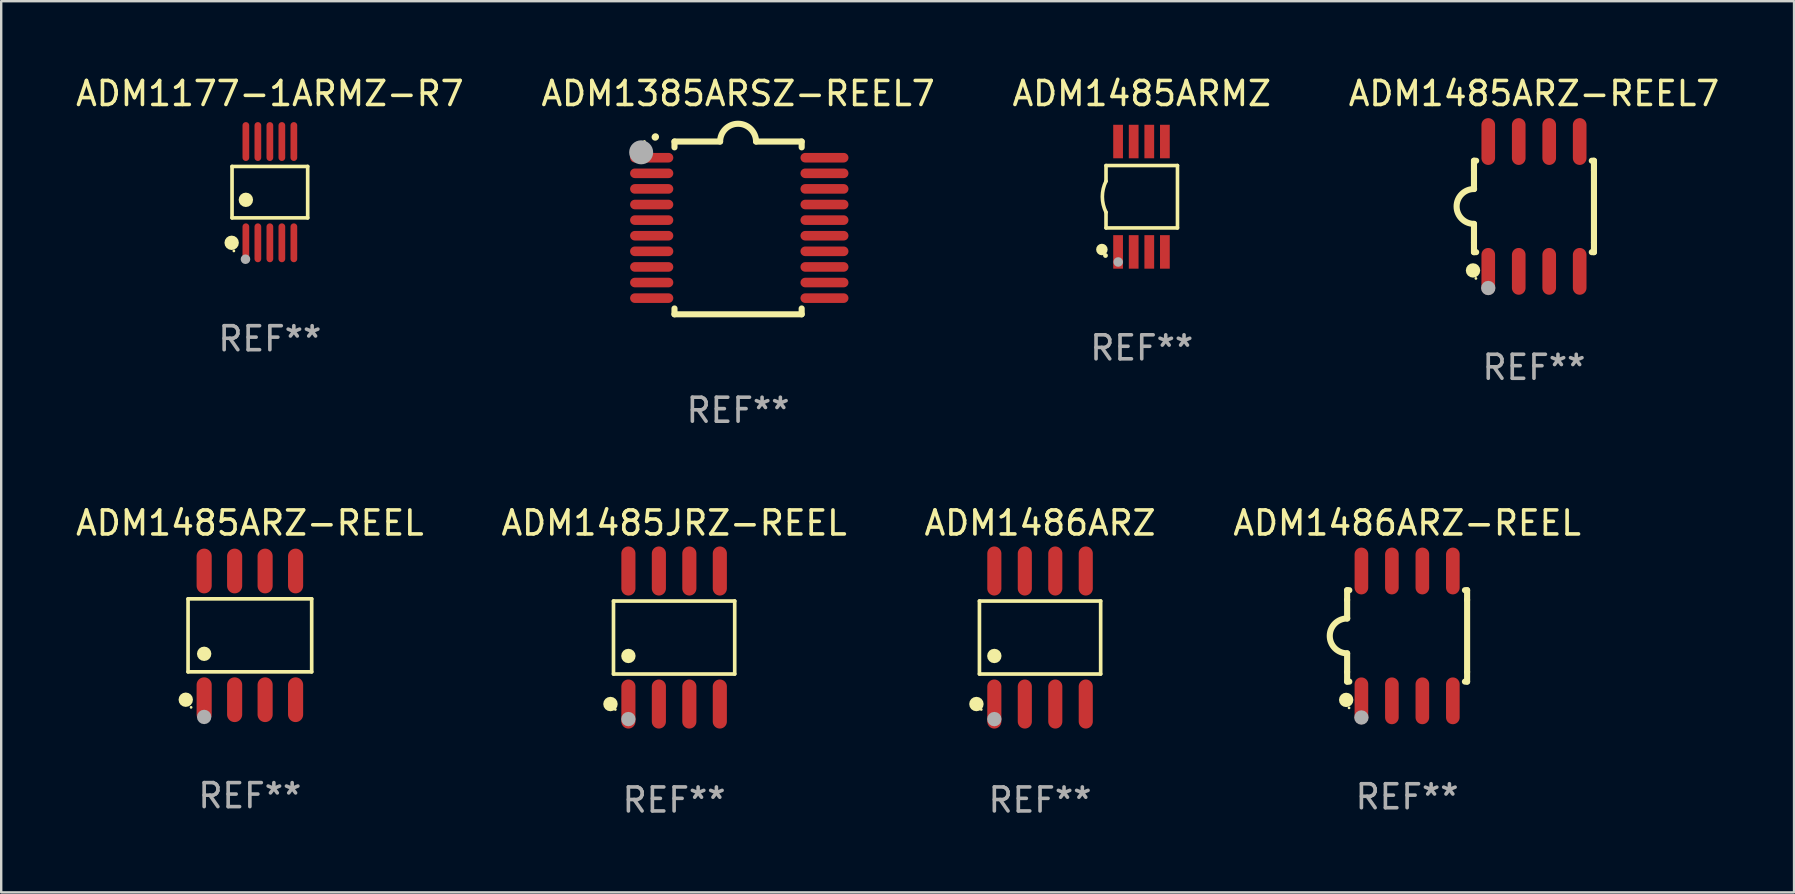
<source format=kicad_pcb>
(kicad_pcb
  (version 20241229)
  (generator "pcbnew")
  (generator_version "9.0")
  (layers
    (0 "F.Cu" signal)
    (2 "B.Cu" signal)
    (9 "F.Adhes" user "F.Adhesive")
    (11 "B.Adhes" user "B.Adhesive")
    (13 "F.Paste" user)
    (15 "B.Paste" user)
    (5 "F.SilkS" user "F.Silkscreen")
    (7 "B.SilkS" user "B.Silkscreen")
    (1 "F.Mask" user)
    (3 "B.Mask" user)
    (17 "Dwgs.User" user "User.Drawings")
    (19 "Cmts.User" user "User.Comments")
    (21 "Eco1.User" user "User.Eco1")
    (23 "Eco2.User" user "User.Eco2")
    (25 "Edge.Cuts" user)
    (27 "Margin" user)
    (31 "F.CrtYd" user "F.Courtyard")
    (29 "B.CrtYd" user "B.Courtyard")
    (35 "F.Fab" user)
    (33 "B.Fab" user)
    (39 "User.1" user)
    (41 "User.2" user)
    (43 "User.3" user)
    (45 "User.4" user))
  (footprint "ADM1385ARSZ-REEL7"
    (layer "F.Cu")
    (at 27.708 6.448)
    (property "Reference" "ADM1385ARSZ-REEL7" (at 0 -5.6 0) (layer "F.SilkS") (effects (font (size 1 1) (thickness 0.15))))
    (attr through_hole)
    (fp_line (start -2.65 -3.6) (end -2.65 -3.357) (stroke (width 0.254) (type solid)) (layer "F.SilkS"))
    (fp_line (start -2.65 -3.6) (end -0.75 -3.6) (stroke (width 0.254) (type solid)) (layer "F.SilkS"))
    (fp_line (start -2.65 3.357) (end -2.65 3.6) (stroke (width 0.254) (type solid)) (layer "F.SilkS"))
    (fp_line (start 2.65 -3.6) (end 0.75 -3.6) (stroke (width 0.254) (type solid)) (layer "F.SilkS"))
    (fp_line (start 2.65 -3.6) (end 2.65 -3.357) (stroke (width 0.254) (type solid)) (layer "F.SilkS"))
    (fp_line (start 2.65 3.357) (end 2.65 3.6) (stroke (width 0.254) (type solid)) (layer "F.SilkS"))
    (fp_line (start 2.65 3.6) (end -2.65 3.6) (stroke (width 0.254) (type solid)) (layer "F.SilkS"))
    (fp_arc (start -3.454407 -3.784608) (mid -3.449499 -3.78986) (end -3.444247 -3.794768) (stroke (width 0.3) (type solid)) (layer "F.SilkS"))
    (fp_arc (start -0.749301 -3.599186) (mid -0.000051 -4.348844) (end 0.750013 -3.6) (stroke (width 0.254001) (type solid)) (layer "F.SilkS"))
    (fp_circle (center -3.9 -3.6) (end -3.87 -3.6) (stroke (width 0.06) (type solid)) (fill no) (layer "F.SilkS"))
    (fp_circle (center -4.039 -3.15) (end -3.789 -3.15) (stroke (width 0.5) (type solid)) (fill no) (layer "F.Fab"))
    (fp_text user "REF**" (at 0 7.6 0) (layer "F.Fab") (effects (font (size 1 1) (thickness 0.15))))
    (pad "1" smd oval (at -3.6 -2.926 90) (size 0.4 1.8) (layers "F.Cu" "F.Mask" "F.Paste"))
    (pad "2" smd oval (at -3.6 -2.276 90) (size 0.4 1.8) (layers "F.Cu" "F.Mask" "F.Paste"))
    (pad "3" smd oval (at -3.6 -1.626 90) (size 0.4 1.8) (layers "F.Cu" "F.Mask" "F.Paste"))
    (pad "4" smd oval (at -3.6 -0.975 90) (size 0.4 1.8) (layers "F.Cu" "F.Mask" "F.Paste"))
    (pad "5" smd oval (at -3.6 -0.325 90) (size 0.4 1.8) (layers "F.Cu" "F.Mask" "F.Paste"))
    (pad "6" smd oval (at -3.6 0.325 90) (size 0.4 1.8) (layers "F.Cu" "F.Mask" "F.Paste"))
    (pad "7" smd oval (at -3.6 0.975 90) (size 0.4 1.8) (layers "F.Cu" "F.Mask" "F.Paste"))
    (pad "8" smd oval (at -3.6 1.626 90) (size 0.4 1.8) (layers "F.Cu" "F.Mask" "F.Paste"))
    (pad "9" smd oval (at -3.6 2.276 90) (size 0.4 1.8) (layers "F.Cu" "F.Mask" "F.Paste"))
    (pad "10" smd oval (at -3.6 2.926 90) (size 0.4 1.8) (layers "F.Cu" "F.Mask" "F.Paste"))
    (pad "11" smd oval (at 3.6 2.926 90) (size 0.4 2) (layers "F.Cu" "F.Mask" "F.Paste"))
    (pad "12" smd oval (at 3.6 2.276 90) (size 0.4 2) (layers "F.Cu" "F.Mask" "F.Paste"))
    (pad "13" smd oval (at 3.6 1.626 90) (size 0.4 2) (layers "F.Cu" "F.Mask" "F.Paste"))
    (pad "14" smd oval (at 3.6 0.975 90) (size 0.4 2) (layers "F.Cu" "F.Mask" "F.Paste"))
    (pad "15" smd oval (at 3.6 0.325 90) (size 0.4 2) (layers "F.Cu" "F.Mask" "F.Paste"))
    (pad "16" smd oval (at 3.6 -0.325 90) (size 0.4 2) (layers "F.Cu" "F.Mask" "F.Paste"))
    (pad "17" smd oval (at 3.6 -0.975 90) (size 0.4 2) (layers "F.Cu" "F.Mask" "F.Paste"))
    (pad "18" smd oval (at 3.6 -1.626 90) (size 0.4 2) (layers "F.Cu" "F.Mask" "F.Paste"))
    (pad "19" smd oval (at 3.6 -2.276 90) (size 0.4 2) (layers "F.Cu" "F.Mask" "F.Paste"))
    (pad "20" smd oval (at 3.6 -2.926 90) (size 0.4 2) (layers "F.Cu" "F.Mask" "F.Paste")))
  (footprint "ADM1177-1ARMZ-R7"
    (layer "F.Cu")
    (at 8.196 4.958)
    (property "Reference" "ADM1177-1ARMZ-R7" (at 0 -4.11 0) (layer "F.SilkS") (effects (font (size 1 1) (thickness 0.15))))
    (attr through_hole)
    (fp_line (start -1.576 -1.071) (end 1.576 -1.071) (stroke (width 0.152) (type solid)) (layer "F.SilkS"))
    (fp_line (start -1.576 1.071) (end -1.576 -1.071) (stroke (width 0.152) (type solid)) (layer "F.SilkS"))
    (fp_line (start 1.576 -1.071) (end 1.576 1.071) (stroke (width 0.152) (type solid)) (layer "F.SilkS"))
    (fp_line (start 1.576 1.071) (end -1.576 1.071) (stroke (width 0.152) (type solid)) (layer "F.SilkS"))
    (fp_circle (center -1.592 2.11) (end -1.442 2.11) (stroke (width 0.3) (type solid)) (fill no) (layer "F.SilkS"))
    (fp_circle (center -1.5 2.45) (end -1.47 2.45) (stroke (width 0.06) (type solid)) (fill no) (layer "F.SilkS"))
    (fp_circle (center -1 0.319) (end -0.85 0.319) (stroke (width 0.3) (type solid)) (fill no) (layer "F.SilkS"))
    (fp_circle (center -1.016 2.794) (end -0.916 2.794) (stroke (width 0.2) (type solid)) (fill no) (layer "F.Fab"))
    (fp_text user "REF**" (at 0 6.11 0) (layer "F.Fab") (effects (font (size 1 1) (thickness 0.15))))
    (pad "1" smd oval (at -1 2.11) (size 0.28 1.62) (layers "F.Cu" "F.Mask" "F.Paste"))
    (pad "2" smd oval (at -0.5 2.11) (size 0.28 1.62) (layers "F.Cu" "F.Mask" "F.Paste"))
    (pad "3" smd oval (at 0 2.11) (size 0.28 1.62) (layers "F.Cu" "F.Mask" "F.Paste"))
    (pad "4" smd oval (at 0.5 2.11) (size 0.28 1.62) (layers "F.Cu" "F.Mask" "F.Paste"))
    (pad "5" smd oval (at 1 2.11) (size 0.28 1.62) (layers "F.Cu" "F.Mask" "F.Paste"))
    (pad "6" smd oval (at 1 -2.11) (size 0.28 1.62) (layers "F.Cu" "F.Mask" "F.Paste"))
    (pad "7" smd oval (at 0.5 -2.11) (size 0.28 1.62) (layers "F.Cu" "F.Mask" "F.Paste"))
    (pad "8" smd oval (at 0 -2.11) (size 0.28 1.62) (layers "F.Cu" "F.Mask" "F.Paste"))
    (pad "9" smd oval (at -0.5 -2.11) (size 0.28 1.62) (layers "F.Cu" "F.Mask" "F.Paste"))
    (pad "10" smd oval (at -1 -2.11) (size 0.28 1.62) (layers "F.Cu" "F.Mask" "F.Paste")))
  (footprint "ADM1486ARZ"
    (layer "F.Cu")
    (at 40.292 23.517)
    (property "Reference" "ADM1486ARZ" (at 0 -4.772 0) (layer "F.SilkS") (effects (font (size 1 1) (thickness 0.15))))
    (attr through_hole)
    (fp_line (start -2.526 -1.521) (end 2.526 -1.521) (stroke (width 0.152) (type solid)) (layer "F.SilkS"))
    (fp_line (start -2.526 1.521) (end -2.526 -1.521) (stroke (width 0.152) (type solid)) (layer "F.SilkS"))
    (fp_line (start 2.526 -1.521) (end 2.526 1.521) (stroke (width 0.152) (type solid)) (layer "F.SilkS"))
    (fp_line (start 2.526 1.521) (end -2.526 1.521) (stroke (width 0.152) (type solid)) (layer "F.SilkS"))
    (fp_circle (center -2.652 2.772) (end -2.501 2.772) (stroke (width 0.3) (type solid)) (fill no) (layer "F.SilkS"))
    (fp_circle (center -2.45 3) (end -2.42 3) (stroke (width 0.06) (type solid)) (fill no) (layer "F.SilkS"))
    (fp_circle (center -1.905 0.769) (end -1.755 0.769) (stroke (width 0.3) (type solid)) (fill no) (layer "F.SilkS"))
    (fp_circle (center -1.905 3.4) (end -1.755 3.4) (stroke (width 0.3) (type solid)) (fill no) (layer "F.Fab"))
    (fp_text user "REF**" (at 0 6.772 0) (layer "F.Fab") (effects (font (size 1 1) (thickness 0.15))))
    (pad "1" smd oval (at -1.905 2.772) (size 0.588 2.045) (layers "F.Cu" "F.Mask" "F.Paste"))
    (pad "2" smd oval (at -0.635 2.772) (size 0.588 2.045) (layers "F.Cu" "F.Mask" "F.Paste"))
    (pad "3" smd oval (at 0.635 2.772) (size 0.588 2.045) (layers "F.Cu" "F.Mask" "F.Paste"))
    (pad "4" smd oval (at 1.905 2.772) (size 0.588 2.045) (layers "F.Cu" "F.Mask" "F.Paste"))
    (pad "5" smd oval (at 1.905 -2.772) (size 0.588 2.045) (layers "F.Cu" "F.Mask" "F.Paste"))
    (pad "6" smd oval (at 0.635 -2.772) (size 0.588 2.045) (layers "F.Cu" "F.Mask" "F.Paste"))
    (pad "7" smd oval (at -0.635 -2.772) (size 0.588 2.045) (layers "F.Cu" "F.Mask" "F.Paste"))
    (pad "8" smd oval (at -1.905 -2.772) (size 0.588 2.045) (layers "F.Cu" "F.Mask" "F.Paste")))
  (footprint "ADM1485ARZ-REEL7"
    (layer "F.Cu")
    (at 60.875 5.553)
    (property "Reference" "ADM1485ARZ-REEL7" (at 0 -4.705 0) (layer "F.SilkS") (effects (font (size 1 1) (thickness 0.15))))
    (attr through_hole)
    (fp_line (start -2.5 -1.905) (end -2.409 -1.905) (stroke (width 0.254) (type solid)) (layer "F.SilkS"))
    (fp_line (start -2.5 -1.5) (end -2.5 -1.905) (stroke (width 0.254) (type solid)) (layer "F.SilkS"))
    (fp_line (start -2.5 -1.5) (end -2.5 -0.726) (stroke (width 0.254) (type solid)) (layer "F.SilkS"))
    (fp_line (start -2.5 1.5) (end -2.5 0.727) (stroke (width 0.254) (type solid)) (layer "F.SilkS"))
    (fp_line (start -2.5 1.5) (end -2.5 1.905) (stroke (width 0.254) (type solid)) (layer "F.SilkS"))
    (fp_line (start -2.5 1.905) (end -2.409 1.905) (stroke (width 0.254) (type solid)) (layer "F.SilkS"))
    (fp_line (start 2.5 -1.905) (end 2.409 -1.905) (stroke (width 0.254) (type solid)) (layer "F.SilkS"))
    (fp_line (start 2.5 -1.5) (end 2.5 -1.905) (stroke (width 0.254) (type solid)) (layer "F.SilkS"))
    (fp_line (start 2.5 -1.5) (end 2.5 1.5) (stroke (width 0.254) (type solid)) (layer "F.SilkS"))
    (fp_line (start 2.5 1.5) (end 2.5 1.905) (stroke (width 0.254) (type solid)) (layer "F.SilkS"))
    (fp_line (start 2.5 1.905) (end 2.409 1.905) (stroke (width 0.254) (type solid)) (layer "F.SilkS"))
    (fp_arc (start -2.5 0.726568) (mid -3.220316 -0.0023) (end -2.495097 -0.726289) (stroke (width 0.254001) (type solid)) (layer "F.SilkS"))
    (fp_circle (center -2.54 2.667) (end -2.39 2.667) (stroke (width 0.3) (type solid)) (fill no) (layer "F.SilkS"))
    (fp_circle (center -2.42 3) (end -2.39 3) (stroke (width 0.06) (type solid)) (fill no) (layer "F.SilkS"))
    (fp_circle (center -1.905 3.4) (end -1.755 3.4) (stroke (width 0.3) (type solid)) (fill no) (layer "F.Fab"))
    (fp_text user "REF**" (at 0 6.705 0) (layer "F.Fab") (effects (font (size 1 1) (thickness 0.15))))
    (pad "1" smd oval (at -1.905 2.705) (size 0.568 1.95) (layers "F.Cu" "F.Mask" "F.Paste"))
    (pad "2" smd oval (at -0.635 2.705) (size 0.568 1.95) (layers "F.Cu" "F.Mask" "F.Paste"))
    (pad "3" smd oval (at 0.635 2.705) (size 0.568 1.95) (layers "F.Cu" "F.Mask" "F.Paste"))
    (pad "4" smd oval (at 1.905 2.705) (size 0.568 1.95) (layers "F.Cu" "F.Mask" "F.Paste"))
    (pad "5" smd oval (at 1.905 -2.705) (size 0.568 1.95) (layers "F.Cu" "F.Mask" "F.Paste"))
    (pad "6" smd oval (at 0.635 -2.705) (size 0.568 1.95) (layers "F.Cu" "F.Mask" "F.Paste"))
    (pad "7" smd oval (at -0.635 -2.705) (size 0.568 1.95) (layers "F.Cu" "F.Mask" "F.Paste"))
    (pad "8" smd oval (at -1.905 -2.705) (size 0.568 1.95) (layers "F.Cu" "F.Mask" "F.Paste")))
  (footprint "ADM1485JRZ-REEL"
    (layer "F.Cu")
    (at 25.042 23.517)
    (property "Reference" "ADM1485JRZ-REEL" (at 0 -4.772 0) (layer "F.SilkS") (effects (font (size 1 1) (thickness 0.15))))
    (attr through_hole)
    (fp_line (start -2.526 -1.521) (end 2.526 -1.521) (stroke (width 0.152) (type solid)) (layer "F.SilkS"))
    (fp_line (start -2.526 1.521) (end -2.526 -1.521) (stroke (width 0.152) (type solid)) (layer "F.SilkS"))
    (fp_line (start 2.526 -1.521) (end 2.526 1.521) (stroke (width 0.152) (type solid)) (layer "F.SilkS"))
    (fp_line (start 2.526 1.521) (end -2.526 1.521) (stroke (width 0.152) (type solid)) (layer "F.SilkS"))
    (fp_circle (center -2.652 2.772) (end -2.501 2.772) (stroke (width 0.3) (type solid)) (fill no) (layer "F.SilkS"))
    (fp_circle (center -2.45 3) (end -2.42 3) (stroke (width 0.06) (type solid)) (fill no) (layer "F.SilkS"))
    (fp_circle (center -1.905 0.769) (end -1.755 0.769) (stroke (width 0.3) (type solid)) (fill no) (layer "F.SilkS"))
    (fp_circle (center -1.905 3.4) (end -1.755 3.4) (stroke (width 0.3) (type solid)) (fill no) (layer "F.Fab"))
    (fp_text user "REF**" (at 0 6.772 0) (layer "F.Fab") (effects (font (size 1 1) (thickness 0.15))))
    (pad "1" smd oval (at -1.905 2.772) (size 0.588 2.045) (layers "F.Cu" "F.Mask" "F.Paste"))
    (pad "2" smd oval (at -0.635 2.772) (size 0.588 2.045) (layers "F.Cu" "F.Mask" "F.Paste"))
    (pad "3" smd oval (at 0.635 2.772) (size 0.588 2.045) (layers "F.Cu" "F.Mask" "F.Paste"))
    (pad "4" smd oval (at 1.905 2.772) (size 0.588 2.045) (layers "F.Cu" "F.Mask" "F.Paste"))
    (pad "5" smd oval (at 1.905 -2.772) (size 0.588 2.045) (layers "F.Cu" "F.Mask" "F.Paste"))
    (pad "6" smd oval (at 0.635 -2.772) (size 0.588 2.045) (layers "F.Cu" "F.Mask" "F.Paste"))
    (pad "7" smd oval (at -0.635 -2.772) (size 0.588 2.045) (layers "F.Cu" "F.Mask" "F.Paste"))
    (pad "8" smd oval (at -1.905 -2.772) (size 0.588 2.045) (layers "F.Cu" "F.Mask" "F.Paste")))
  (footprint "ADM1485ARMZ"
    (layer "F.Cu")
    (at 44.53 5.148)
    (property "Reference" "ADM1485ARMZ" (at 0 -4.3 0) (layer "F.SilkS") (effects (font (size 1 1) (thickness 0.15))))
    (attr through_hole)
    (fp_line (start -1.489 -1.3) (end -1.489 -0.648) (stroke (width 0.15) (type solid)) (layer "F.SilkS"))
    (fp_line (start -1.489 0.648) (end -1.489 1.3) (stroke (width 0.15) (type solid)) (layer "F.SilkS"))
    (fp_line (start -1.489 1.3) (end 1.489 1.3) (stroke (width 0.15) (type solid)) (layer "F.SilkS"))
    (fp_line (start 1.489 -1.3) (end -1.489 -1.3) (stroke (width 0.15) (type solid)) (layer "F.SilkS"))
    (fp_line (start 1.489 1.3) (end 1.489 -1.3) (stroke (width 0.15) (type solid)) (layer "F.SilkS"))
    (fp_arc (start -1.489205 0.647702) (mid -1.642107 0) (end -1.489205 -0.647701) (stroke (width 0.150013) (type solid)) (layer "F.SilkS"))
    (fp_circle (center -1.661 2.2) (end -1.541 2.2) (stroke (width 0.24) (type solid)) (fill no) (layer "F.SilkS"))
    (fp_circle (center -1.511 2.45) (end -1.461 2.45) (stroke (width 0.1) (type solid)) (fill no) (layer "F.SilkS"))
    (fp_circle (center -0.981 2.72) (end -0.881 2.72) (stroke (width 0.2) (type solid)) (fill no) (layer "F.Fab"))
    (fp_text user "REF**" (at 0 6.3 0) (layer "F.Fab") (effects (font (size 1 1) (thickness 0.15))))
    (pad "1" smd rect (at -0.986 2.3) (size 0.406 1.397) (layers "F.Cu" "F.Mask" "F.Paste"))
    (pad "2" smd rect (at -0.336 2.3) (size 0.406 1.397) (layers "F.Cu" "F.Mask" "F.Paste"))
    (pad "3" smd rect (at 0.314 2.3) (size 0.406 1.397) (layers "F.Cu" "F.Mask" "F.Paste"))
    (pad "4" smd rect (at 0.964 2.3) (size 0.406 1.397) (layers "F.Cu" "F.Mask" "F.Paste"))
    (pad "5" smd rect (at 0.964 -2.3) (size 0.406 1.397) (layers "F.Cu" "F.Mask" "F.Paste"))
    (pad "6" smd rect (at 0.314 -2.3) (size 0.406 1.397) (layers "F.Cu" "F.Mask" "F.Paste"))
    (pad "7" smd rect (at -0.336 -2.3) (size 0.406 1.397) (layers "F.Cu" "F.Mask" "F.Paste"))
    (pad "8" smd rect (at -0.986 -2.3) (size 0.406 1.397) (layers "F.Cu" "F.Mask" "F.Paste")))
  (footprint "ADM1485ARZ-REEL"
    (layer "F.Cu")
    (at 7.363 23.427)
    (property "Reference" "ADM1485ARZ-REEL" (at 0 -4.682 0) (layer "F.SilkS") (effects (font (size 1 1) (thickness 0.15))))
    (attr through_hole)
    (fp_line (start -2.576 -1.521) (end 2.576 -1.521) (stroke (width 0.152) (type solid)) (layer "F.SilkS"))
    (fp_line (start -2.576 1.521) (end -2.576 -1.521) (stroke (width 0.152) (type solid)) (layer "F.SilkS"))
    (fp_line (start 2.576 -1.521) (end 2.576 1.521) (stroke (width 0.152) (type solid)) (layer "F.SilkS"))
    (fp_line (start 2.576 1.521) (end -2.576 1.521) (stroke (width 0.152) (type solid)) (layer "F.SilkS"))
    (fp_circle (center -2.672 2.682) (end -2.522 2.682) (stroke (width 0.3) (type solid)) (fill no) (layer "F.SilkS"))
    (fp_circle (center -2.45 3) (end -2.42 3) (stroke (width 0.06) (type solid)) (fill no) (layer "F.SilkS"))
    (fp_circle (center -1.905 0.769) (end -1.755 0.769) (stroke (width 0.3) (type solid)) (fill no) (layer "F.SilkS"))
    (fp_circle (center -1.905 3.4) (end -1.755 3.4) (stroke (width 0.3) (type solid)) (fill no) (layer "F.Fab"))
    (fp_text user "REF**" (at 0 6.682 0) (layer "F.Fab") (effects (font (size 1 1) (thickness 0.15))))
    (pad "1" smd oval (at -1.905 2.682) (size 0.63 1.865) (layers "F.Cu" "F.Mask" "F.Paste"))
    (pad "2" smd oval (at -0.635 2.682) (size 0.63 1.865) (layers "F.Cu" "F.Mask" "F.Paste"))
    (pad "3" smd oval (at 0.635 2.682) (size 0.63 1.865) (layers "F.Cu" "F.Mask" "F.Paste"))
    (pad "4" smd oval (at 1.905 2.682) (size 0.63 1.865) (layers "F.Cu" "F.Mask" "F.Paste"))
    (pad "5" smd oval (at 1.905 -2.682) (size 0.63 1.865) (layers "F.Cu" "F.Mask" "F.Paste"))
    (pad "6" smd oval (at 0.635 -2.682) (size 0.63 1.865) (layers "F.Cu" "F.Mask" "F.Paste"))
    (pad "7" smd oval (at -0.635 -2.682) (size 0.63 1.865) (layers "F.Cu" "F.Mask" "F.Paste"))
    (pad "8" smd oval (at -1.905 -2.682) (size 0.63 1.865) (layers "F.Cu" "F.Mask" "F.Paste")))
  (footprint "ADM1486ARZ-REEL"
    (layer "F.Cu")
    (at 55.589 23.45)
    (property "Reference" "ADM1486ARZ-REEL" (at 0 -4.705 0) (layer "F.SilkS") (effects (font (size 1 1) (thickness 0.15))))
    (attr through_hole)
    (fp_line (start -2.5 -1.905) (end -2.409 -1.905) (stroke (width 0.254) (type solid)) (layer "F.SilkS"))
    (fp_line (start -2.5 -1.5) (end -2.5 -1.905) (stroke (width 0.254) (type solid)) (layer "F.SilkS"))
    (fp_line (start -2.5 -1.5) (end -2.5 -0.726) (stroke (width 0.254) (type solid)) (layer "F.SilkS"))
    (fp_line (start -2.5 1.5) (end -2.5 0.727) (stroke (width 0.254) (type solid)) (layer "F.SilkS"))
    (fp_line (start -2.5 1.5) (end -2.5 1.905) (stroke (width 0.254) (type solid)) (layer "F.SilkS"))
    (fp_line (start -2.5 1.905) (end -2.409 1.905) (stroke (width 0.254) (type solid)) (layer "F.SilkS"))
    (fp_line (start 2.5 -1.905) (end 2.409 -1.905) (stroke (width 0.254) (type solid)) (layer "F.SilkS"))
    (fp_line (start 2.5 -1.5) (end 2.5 -1.905) (stroke (width 0.254) (type solid)) (layer "F.SilkS"))
    (fp_line (start 2.5 -1.5) (end 2.5 1.5) (stroke (width 0.254) (type solid)) (layer "F.SilkS"))
    (fp_line (start 2.5 1.5) (end 2.5 1.905) (stroke (width 0.254) (type solid)) (layer "F.SilkS"))
    (fp_line (start 2.5 1.905) (end 2.409 1.905) (stroke (width 0.254) (type solid)) (layer "F.SilkS"))
    (fp_arc (start -2.5 0.726568) (mid -3.220316 -0.0023) (end -2.495097 -0.726289) (stroke (width 0.254001) (type solid)) (layer "F.SilkS"))
    (fp_circle (center -2.54 2.667) (end -2.39 2.667) (stroke (width 0.3) (type solid)) (fill no) (layer "F.SilkS"))
    (fp_circle (center -2.42 3) (end -2.39 3) (stroke (width 0.06) (type solid)) (fill no) (layer "F.SilkS"))
    (fp_circle (center -1.905 3.4) (end -1.755 3.4) (stroke (width 0.3) (type solid)) (fill no) (layer "F.Fab"))
    (fp_text user "REF**" (at 0 6.705 0) (layer "F.Fab") (effects (font (size 1 1) (thickness 0.15))))
    (pad "1" smd oval (at -1.905 2.705) (size 0.568 1.95) (layers "F.Cu" "F.Mask" "F.Paste"))
    (pad "2" smd oval (at -0.635 2.705) (size 0.568 1.95) (layers "F.Cu" "F.Mask" "F.Paste"))
    (pad "3" smd oval (at 0.635 2.705) (size 0.568 1.95) (layers "F.Cu" "F.Mask" "F.Paste"))
    (pad "4" smd oval (at 1.905 2.705) (size 0.568 1.95) (layers "F.Cu" "F.Mask" "F.Paste"))
    (pad "5" smd oval (at 1.905 -2.705) (size 0.568 1.95) (layers "F.Cu" "F.Mask" "F.Paste"))
    (pad "6" smd oval (at 0.635 -2.705) (size 0.568 1.95) (layers "F.Cu" "F.Mask" "F.Paste"))
    (pad "7" smd oval (at -0.635 -2.705) (size 0.568 1.95) (layers "F.Cu" "F.Mask" "F.Paste"))
    (pad "8" smd oval (at -1.905 -2.705) (size 0.568 1.95) (layers "F.Cu" "F.Mask" "F.Paste")))
  (gr_rect
    (start -3 -3)
    (end 71.714 34.138)
    (stroke (width 0.1) (type default))
    (fill no)
    (layer "Edge.Cuts")))
</source>
